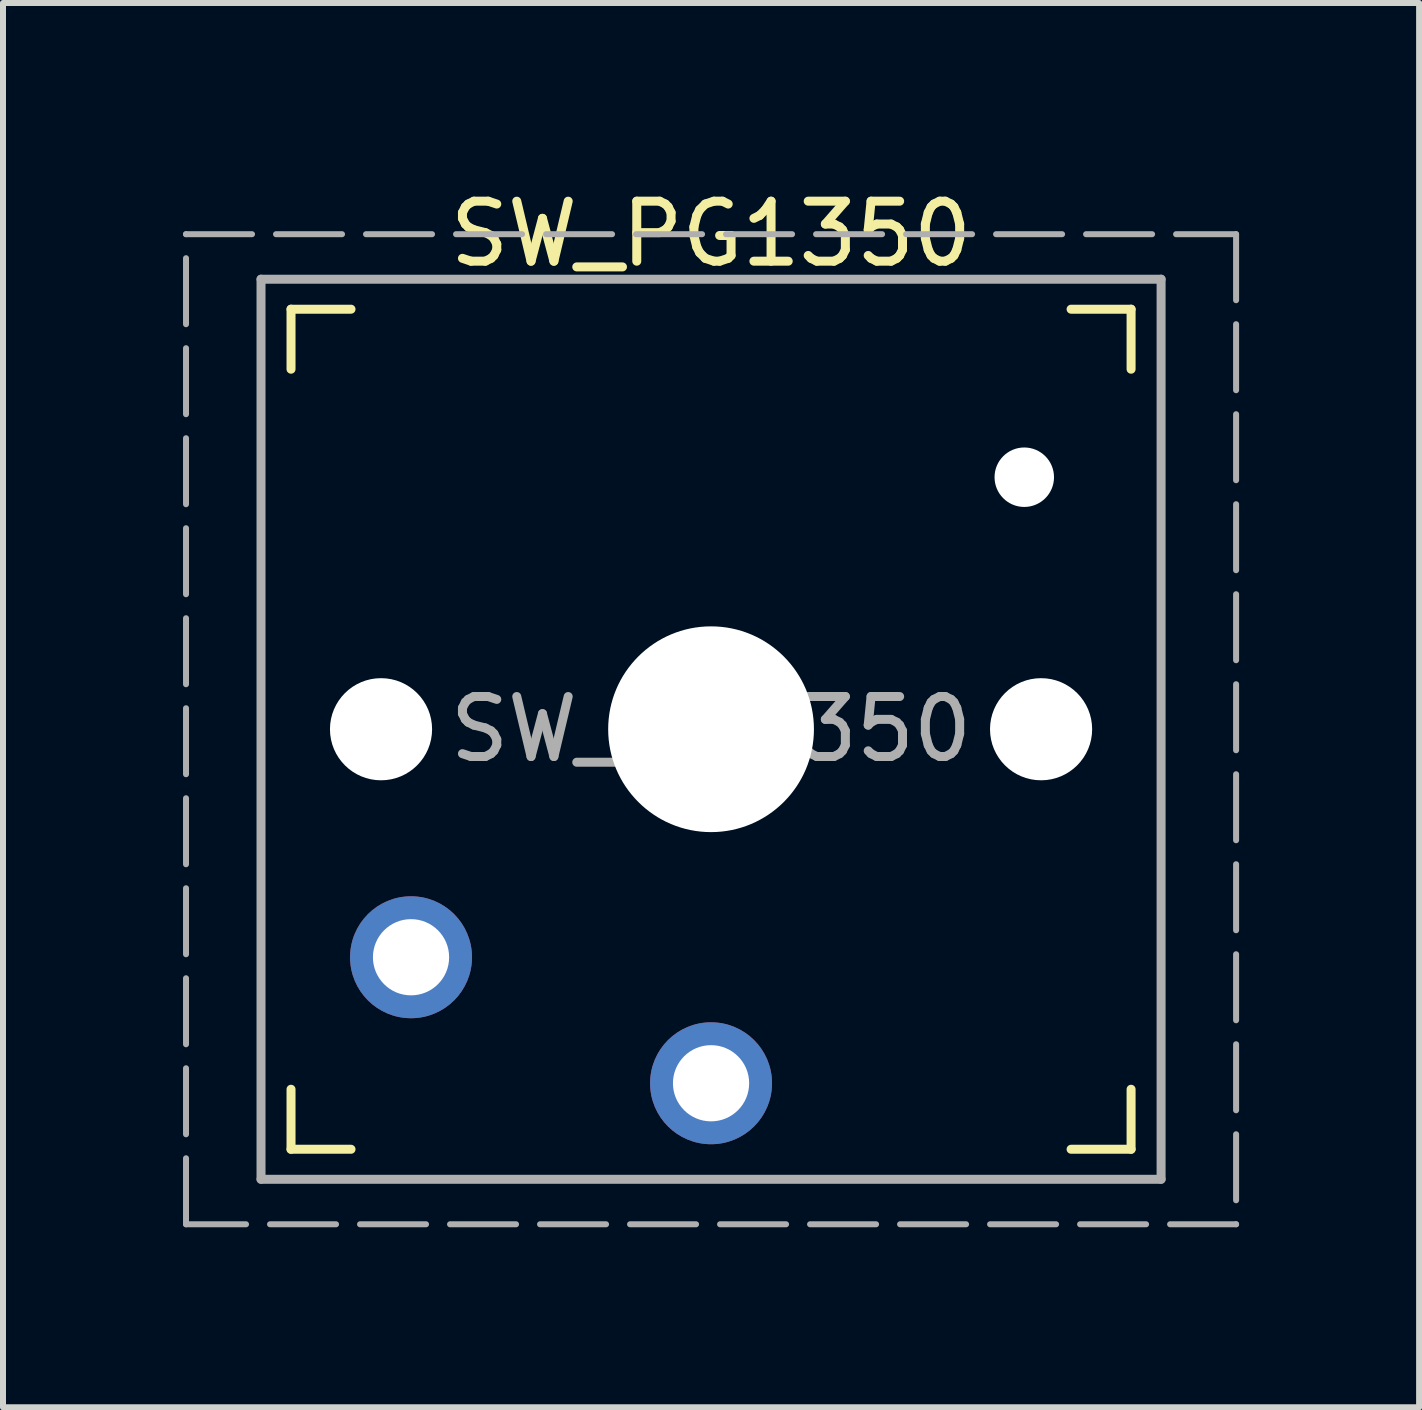
<source format=kicad_pcb>
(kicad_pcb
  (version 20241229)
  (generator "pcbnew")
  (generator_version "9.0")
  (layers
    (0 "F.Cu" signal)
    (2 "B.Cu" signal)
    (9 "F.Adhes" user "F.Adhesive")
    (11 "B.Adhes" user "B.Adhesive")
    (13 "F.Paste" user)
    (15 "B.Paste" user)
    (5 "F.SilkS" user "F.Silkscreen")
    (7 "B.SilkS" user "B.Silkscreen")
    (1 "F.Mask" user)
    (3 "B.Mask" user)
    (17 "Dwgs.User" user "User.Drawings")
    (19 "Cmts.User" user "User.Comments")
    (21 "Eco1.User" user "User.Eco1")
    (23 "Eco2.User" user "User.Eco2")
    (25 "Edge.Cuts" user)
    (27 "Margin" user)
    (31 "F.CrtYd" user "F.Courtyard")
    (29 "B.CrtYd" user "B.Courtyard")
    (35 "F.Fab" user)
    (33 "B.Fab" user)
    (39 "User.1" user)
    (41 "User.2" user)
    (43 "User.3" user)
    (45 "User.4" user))
  (footprint "SW_PG1350"
    (layer "F.Cu")
    (at 8.8 9.103)
    (property "Reference" "SW_PG1350" (at 0 -8.255 0) (layer "F.SilkS") (effects (font (size 1 1) (thickness 0.15))))
    (attr through_hole)
    (fp_line (start -7 -6) (end -7 -7) (stroke (width 0.15) (type solid)) (layer "F.SilkS"))
    (fp_line (start -7 7) (end -7 6) (stroke (width 0.15) (type solid)) (layer "F.SilkS"))
    (fp_line (start -7 7) (end -6 7) (stroke (width 0.15) (type solid)) (layer "F.SilkS"))
    (fp_line (start -6 -7) (end -7 -7) (stroke (width 0.15) (type solid)) (layer "F.SilkS"))
    (fp_line (start 6 7) (end 7 7) (stroke (width 0.15) (type solid)) (layer "F.SilkS"))
    (fp_line (start 7 -7) (end 6 -7) (stroke (width 0.15) (type solid)) (layer "F.SilkS"))
    (fp_line (start 7 -7) (end 7 -6) (stroke (width 0.15) (type solid)) (layer "F.SilkS"))
    (fp_line (start 7 6) (end 7 7) (stroke (width 0.15) (type solid)) (layer "F.SilkS"))
    (fp_line (start -6.9 6.9) (end -6.9 -6.9) (stroke (width 0.15) (type solid)) (layer "Eco2.User"))
    (fp_line (start -6.9 6.9) (end 6.9 6.9) (stroke (width 0.15) (type solid)) (layer "Eco2.User"))
    (fp_line (start -2.6 -3.1) (end -2.6 -6.3) (stroke (width 0.15) (type solid)) (layer "Eco2.User"))
    (fp_line (start -2.6 -3.1) (end 2.6 -3.1) (stroke (width 0.15) (type solid)) (layer "Eco2.User"))
    (fp_line (start 2.6 -6.3) (end -2.6 -6.3) (stroke (width 0.15) (type solid)) (layer "Eco2.User"))
    (fp_line (start 2.6 -3.1) (end 2.6 -6.3) (stroke (width 0.15) (type solid)) (layer "Eco2.User"))
    (fp_line (start 6.9 -6.9) (end -6.9 -6.9) (stroke (width 0.15) (type solid)) (layer "Eco2.User"))
    (fp_line (start 6.9 -6.9) (end 6.9 6.9) (stroke (width 0.15) (type solid)) (layer "Eco2.User"))
    (fp_line (start -7.5 -7.5) (end 7.5 -7.5) (stroke (width 0.15) (type solid)) (layer "F.Fab"))
    (fp_line (start -7.5 7.5) (end -7.5 -7.5) (stroke (width 0.15) (type solid)) (layer "F.Fab"))
    (fp_line (start 7.5 -7.5) (end 7.5 7.5) (stroke (width 0.15) (type solid)) (layer "F.Fab"))
    (fp_line (start 7.5 7.5) (end -7.5 7.5) (stroke (width 0.15) (type solid)) (layer "F.Fab"))
    (fp_rect (start -8.75 -8.25) (end 8.75 8.25) (stroke (width 0.1) (type dash)) (fill no) (layer "F.Fab"))
    (fp_text user "${REFERENCE}" (at 0 0 0) (layer "F.Fab") (effects (font (size 1 1) (thickness 0.15))))
    (pad "" np_thru_hole circle (at -5.5 0) (size 1.702 1.702) (drill 1.702) (layers "*.Cu" "*.Mask"))
    (pad "" np_thru_hole circle (at 0 0) (size 3.429 3.429) (drill 3.429) (layers "*.Cu" "*.Mask"))
    (pad "" np_thru_hole circle (at 5.22 -4.2) (size 0.991 0.991) (drill 0.991) (layers "*.Cu" "*.Mask"))
    (pad "" np_thru_hole circle (at 5.5 0) (size 1.702 1.702) (drill 1.702) (layers "*.Cu" "*.Mask"))
    (pad "1" thru_hole circle (at 0 5.9) (size 2.032 2.032) (drill 1.27) (layers "*.Cu" "*.Mask"))
    (pad "2" thru_hole circle (at -5 3.8) (size 2.032 2.032) (drill 1.27) (layers "*.Cu" "*.Mask")))
  (gr_rect
    (start -3 -3)
    (end 20.6 20.403)
    (stroke (width 0.1) (type default))
    (fill no)
    (layer "Edge.Cuts")))
</source>
